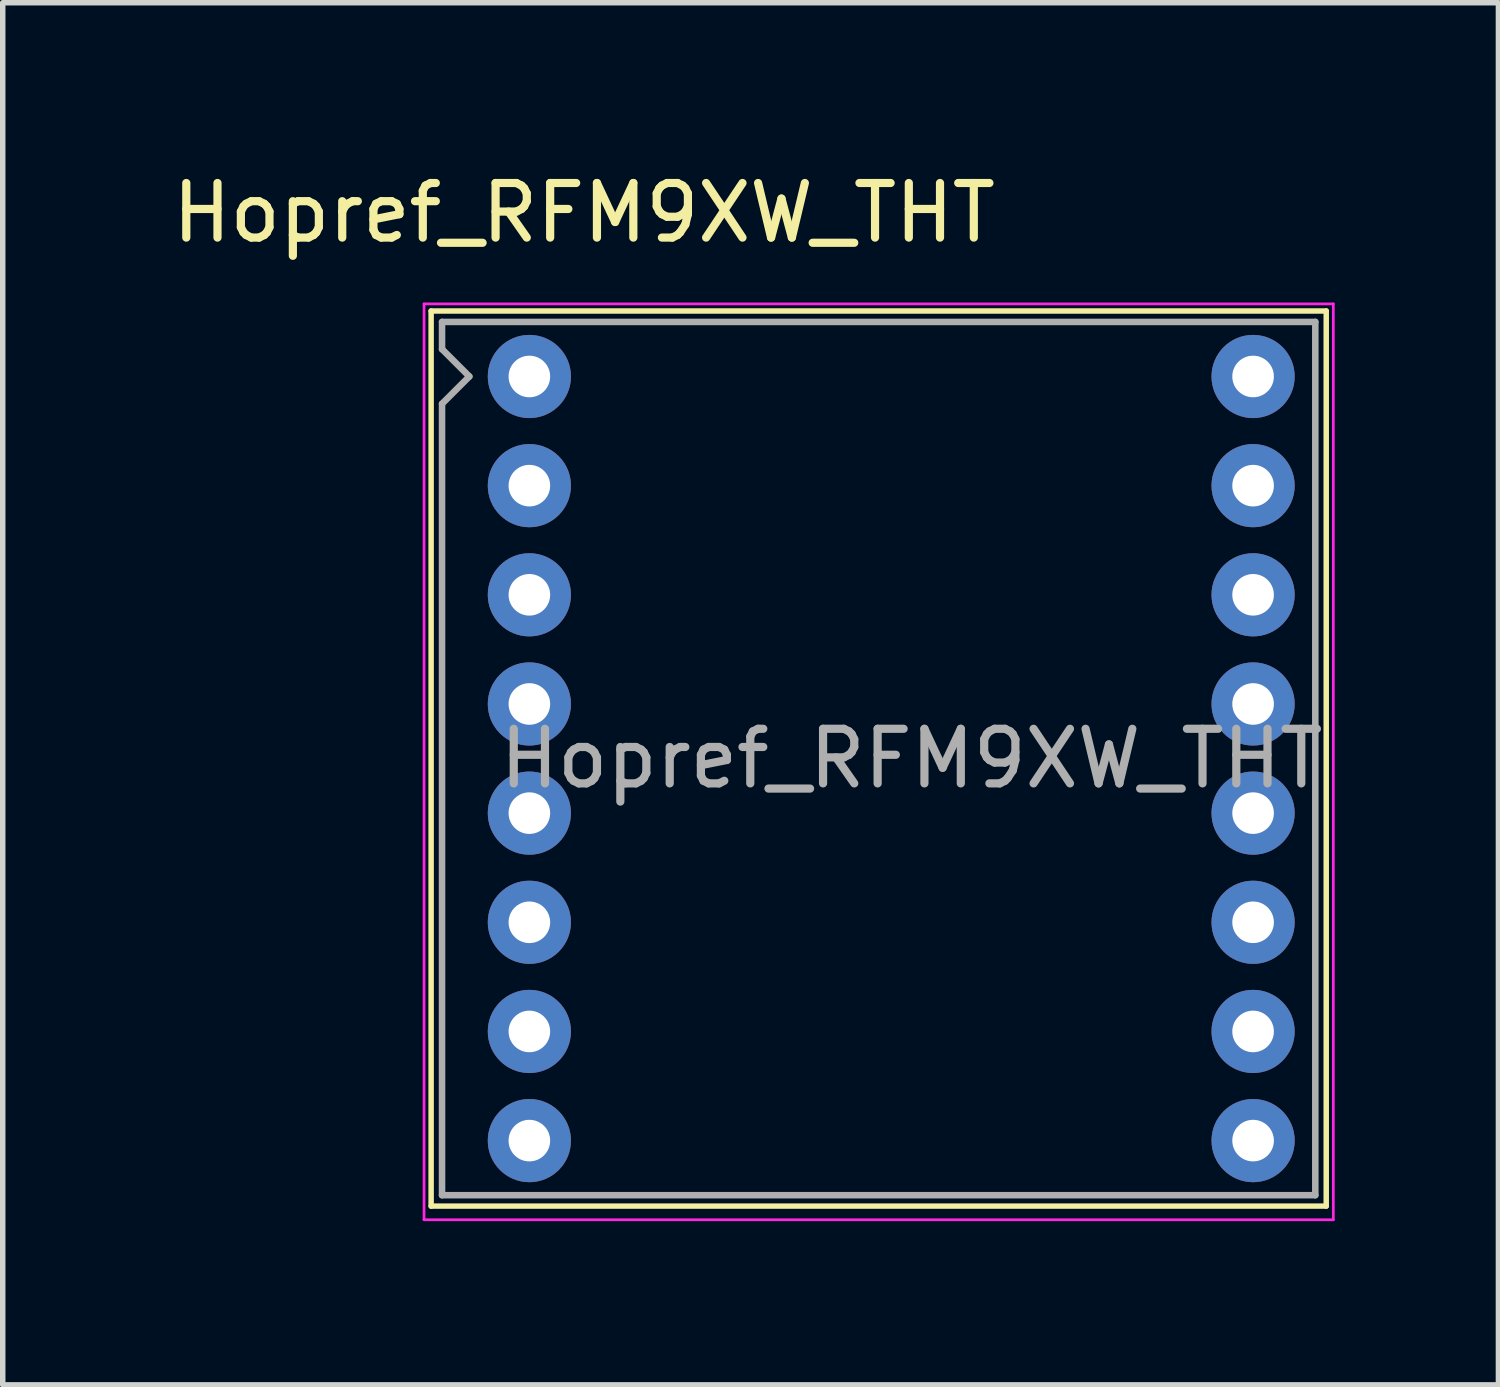
<source format=kicad_pcb>
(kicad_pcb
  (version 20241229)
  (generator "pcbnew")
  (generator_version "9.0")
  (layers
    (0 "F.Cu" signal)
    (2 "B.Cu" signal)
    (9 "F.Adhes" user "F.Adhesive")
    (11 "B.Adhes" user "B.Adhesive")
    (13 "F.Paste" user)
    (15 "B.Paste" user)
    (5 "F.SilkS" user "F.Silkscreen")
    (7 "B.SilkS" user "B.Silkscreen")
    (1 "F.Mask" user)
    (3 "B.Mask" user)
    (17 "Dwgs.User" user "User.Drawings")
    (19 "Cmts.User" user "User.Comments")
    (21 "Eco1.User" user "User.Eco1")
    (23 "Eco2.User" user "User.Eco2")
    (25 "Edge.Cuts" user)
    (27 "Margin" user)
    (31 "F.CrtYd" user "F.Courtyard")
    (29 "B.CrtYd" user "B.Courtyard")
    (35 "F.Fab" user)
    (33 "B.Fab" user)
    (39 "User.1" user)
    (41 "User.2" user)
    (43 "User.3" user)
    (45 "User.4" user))
  (footprint "Hopref_RFM9XW_THT"
    (layer "F.Cu")
    (at 6.649 3.848)
    (property "Reference" "Hopref_RFM9XW_THT" (at 1 -3 0) (layer "F.SilkS") (effects (font (size 1 1) (thickness 0.15))))
    (attr through_hole)
    (fp_line (start -1.8 -1.2) (end 14.6 -1.2) (stroke (width 0.1) (type solid)) (layer "F.SilkS"))
    (fp_line (start -1.8 15.2) (end -1.8 -1.2) (stroke (width 0.1) (type solid)) (layer "F.SilkS"))
    (fp_line (start 14.6 -1.2) (end 14.6 15.2) (stroke (width 0.1) (type solid)) (layer "F.SilkS"))
    (fp_line (start 14.6 15.2) (end -1.8 15.2) (stroke (width 0.1) (type solid)) (layer "F.SilkS"))
    (fp_line (start -1.93 -1.33) (end 14.73 -1.33) (stroke (width 0.05) (type solid)) (layer "F.CrtYd"))
    (fp_line (start -1.93 15.45) (end -1.93 -1.33) (stroke (width 0.05) (type solid)) (layer "F.CrtYd"))
    (fp_line (start 14.73 -1.33) (end 14.73 15.45) (stroke (width 0.05) (type solid)) (layer "F.CrtYd"))
    (fp_line (start 14.73 15.45) (end -1.93 15.45) (stroke (width 0.05) (type solid)) (layer "F.CrtYd"))
    (fp_line (start -1.6 -1) (end 14.4 -1) (stroke (width 0.12) (type solid)) (layer "F.Fab"))
    (fp_line (start -1.6 -0.5) (end -1.6 -1) (stroke (width 0.12) (type solid)) (layer "F.Fab"))
    (fp_line (start -1.6 0.5) (end -1.1 0) (stroke (width 0.12) (type solid)) (layer "F.Fab"))
    (fp_line (start -1.6 15) (end -1.6 0.5) (stroke (width 0.12) (type solid)) (layer "F.Fab"))
    (fp_line (start -1.6 15) (end 14.4 15) (stroke (width 0.12) (type solid)) (layer "F.Fab"))
    (fp_line (start -1.1 0) (end -1.6 -0.5) (stroke (width 0.12) (type solid)) (layer "F.Fab"))
    (fp_line (start 14.4 15) (end 14.4 -1) (stroke (width 0.12) (type solid)) (layer "F.Fab"))
    (fp_text user "${REFERENCE}" (at 7 7 0) (layer "F.Fab") (effects (font (size 1 1) (thickness 0.15))))
    (pad "1" thru_hole circle (at 0 0) (size 1.524 1.524) (drill 0.762) (layers "*.Cu" "*.Mask"))
    (pad "2" thru_hole circle (at 0 2) (size 1.524 1.524) (drill 0.762) (layers "*.Cu" "*.Mask"))
    (pad "3" thru_hole circle (at 0 4) (size 1.524 1.524) (drill 0.762) (layers "*.Cu" "*.Mask"))
    (pad "4" thru_hole circle (at 0 6) (size 1.524 1.524) (drill 0.762) (layers "*.Cu" "*.Mask"))
    (pad "5" thru_hole circle (at 0 8) (size 1.524 1.524) (drill 0.762) (layers "*.Cu" "*.Mask"))
    (pad "6" thru_hole circle (at 0 10) (size 1.524 1.524) (drill 0.762) (layers "*.Cu" "*.Mask"))
    (pad "7" thru_hole circle (at 0 12) (size 1.524 1.524) (drill 0.762) (layers "*.Cu" "*.Mask"))
    (pad "8" thru_hole circle (at 0 14) (size 1.524 1.524) (drill 0.762) (layers "*.Cu" "*.Mask"))
    (pad "9" thru_hole circle (at 13.26 14) (size 1.524 1.524) (drill 0.762) (layers "*.Cu" "*.Mask"))
    (pad "10" thru_hole circle (at 13.26 12) (size 1.524 1.524) (drill 0.762) (layers "*.Cu" "*.Mask"))
    (pad "11" thru_hole circle (at 13.26 10) (size 1.524 1.524) (drill 0.762) (layers "*.Cu" "*.Mask"))
    (pad "12" thru_hole circle (at 13.26 8) (size 1.524 1.524) (drill 0.762) (layers "*.Cu" "*.Mask"))
    (pad "13" thru_hole circle (at 13.26 6) (size 1.524 1.524) (drill 0.762) (layers "*.Cu" "*.Mask"))
    (pad "14" thru_hole circle (at 13.26 4) (size 1.524 1.524) (drill 0.762) (layers "*.Cu" "*.Mask"))
    (pad "15" thru_hole circle (at 13.26 2) (size 1.524 1.524) (drill 0.762) (layers "*.Cu" "*.Mask"))
    (pad "16" thru_hole circle (at 13.26 0) (size 1.524 1.524) (drill 0.762) (layers "*.Cu" "*.Mask")))
  (gr_rect
    (start -3 -3)
    (end 24.404 22.323)
    (stroke (width 0.1) (type default))
    (fill no)
    (layer "Edge.Cuts")))
</source>
